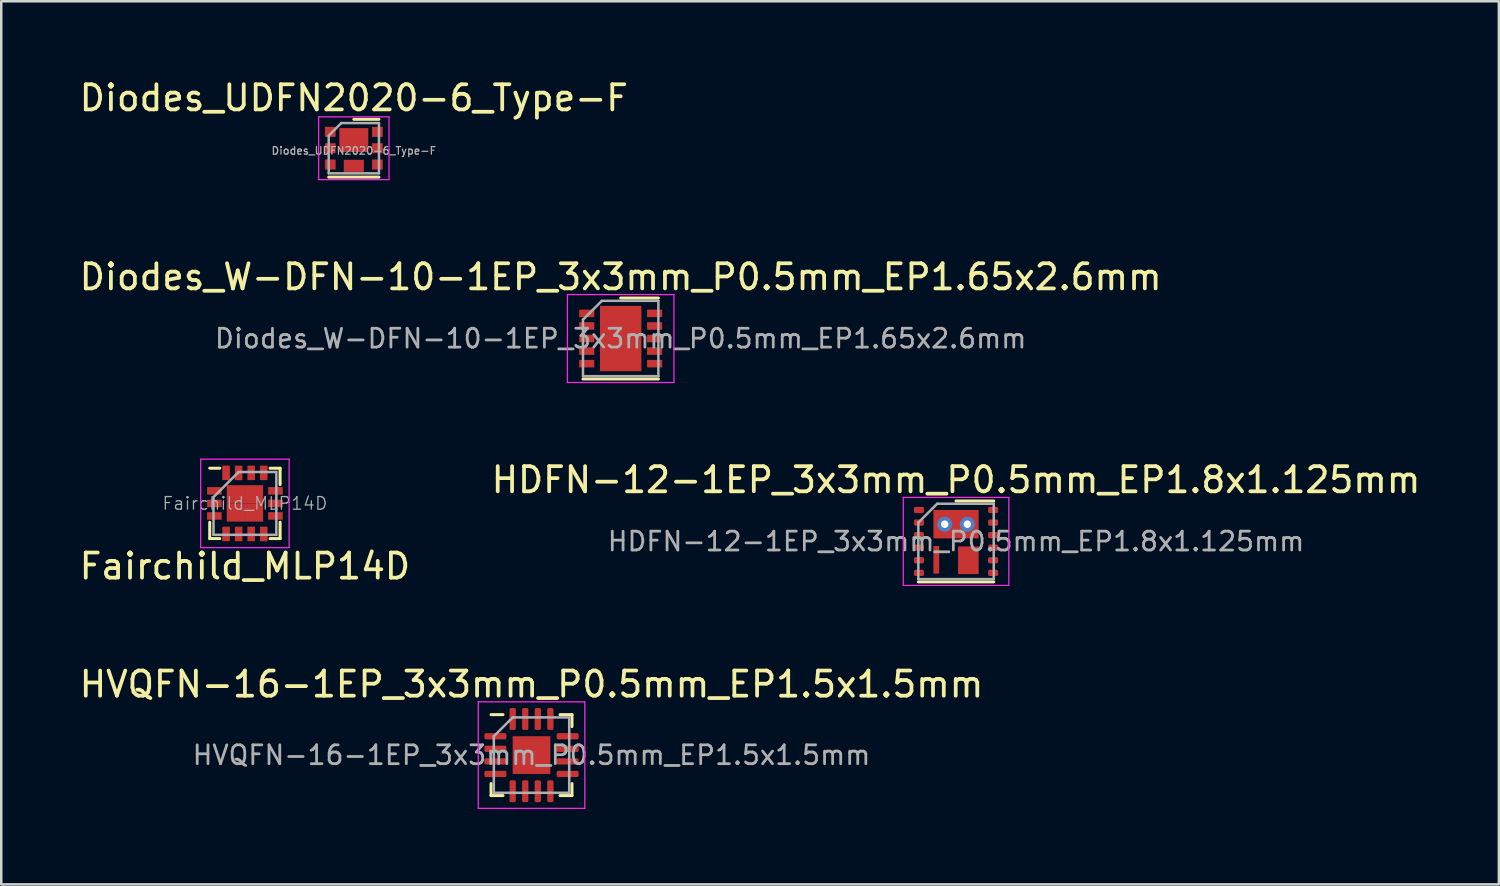
<source format=kicad_pcb>
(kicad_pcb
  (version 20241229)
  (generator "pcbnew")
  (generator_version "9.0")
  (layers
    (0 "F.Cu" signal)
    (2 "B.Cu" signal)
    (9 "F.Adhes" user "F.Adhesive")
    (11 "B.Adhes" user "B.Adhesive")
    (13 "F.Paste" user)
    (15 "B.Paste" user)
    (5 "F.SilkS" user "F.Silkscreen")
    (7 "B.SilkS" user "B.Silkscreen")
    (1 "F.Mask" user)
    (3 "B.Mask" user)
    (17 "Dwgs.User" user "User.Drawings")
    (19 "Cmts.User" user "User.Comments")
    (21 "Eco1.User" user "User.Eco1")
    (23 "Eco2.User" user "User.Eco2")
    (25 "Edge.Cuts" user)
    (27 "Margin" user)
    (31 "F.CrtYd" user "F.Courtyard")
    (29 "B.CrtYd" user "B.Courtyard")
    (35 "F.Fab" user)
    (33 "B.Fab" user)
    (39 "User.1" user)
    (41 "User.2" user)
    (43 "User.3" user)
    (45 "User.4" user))
  (footprint "Diodes_W-DFN-10-1EP_3x3mm_P0.5mm_EP1.65x2.6mm"
    (layer "F.Cu")
    (at 21.649 10.421)
    (property "Reference" "Diodes_W-DFN-10-1EP_3x3mm_P0.5mm_EP1.65x2.6mm" (at 0 -2.45 0) (layer "F.SilkS") (effects (font (size 1 1) (thickness 0.15))))
    (attr smd)
    (fp_line (start -1.5 1.61) (end 1.5 1.61) (stroke (width 0.12) (type solid)) (layer "F.SilkS"))
    (fp_line (start 0 -1.61) (end 1.5 -1.61) (stroke (width 0.12) (type solid)) (layer "F.SilkS"))
    (fp_line (start -2.12 -1.75) (end -2.12 1.75) (stroke (width 0.05) (type solid)) (layer "F.CrtYd"))
    (fp_line (start -2.12 1.75) (end 2.12 1.75) (stroke (width 0.05) (type solid)) (layer "F.CrtYd"))
    (fp_line (start 2.12 -1.75) (end -2.12 -1.75) (stroke (width 0.05) (type solid)) (layer "F.CrtYd"))
    (fp_line (start 2.12 1.75) (end 2.12 -1.75) (stroke (width 0.05) (type solid)) (layer "F.CrtYd"))
    (fp_line (start -1.5 -0.75) (end -0.75 -1.5) (stroke (width 0.1) (type solid)) (layer "F.Fab"))
    (fp_line (start -1.5 1.5) (end -1.5 -0.75) (stroke (width 0.1) (type solid)) (layer "F.Fab"))
    (fp_line (start -0.75 -1.5) (end 1.5 -1.5) (stroke (width 0.1) (type solid)) (layer "F.Fab"))
    (fp_line (start 1.5 -1.5) (end 1.5 1.5) (stroke (width 0.1) (type solid)) (layer "F.Fab"))
    (fp_line (start 1.5 1.5) (end -1.5 1.5) (stroke (width 0.1) (type solid)) (layer "F.Fab"))
    (fp_text user "${REFERENCE}" (at 0 0 0) (layer "F.Fab") (effects (font (size 0.75 0.75) (thickness 0.11))))
    (pad "" smd roundrect (at -0.41 -0.65) (size 0.67 1.05) (layers "F.Paste") (roundrect_rratio 0.25))
    (pad "" smd roundrect (at -0.41 0.65) (size 0.67 1.05) (layers "F.Paste") (roundrect_rratio 0.25))
    (pad "" smd roundrect (at 0.41 -0.65) (size 0.67 1.05) (layers "F.Paste") (roundrect_rratio 0.25))
    (pad "" smd roundrect (at 0.41 0.65) (size 0.67 1.05) (layers "F.Paste") (roundrect_rratio 0.25))
    (pad "1" smd rect (at -1.35 -1) (size 0.6 0.3) (layers "F.Cu" "F.Mask" "F.Paste"))
    (pad "2" smd rect (at -1.35 -0.5) (size 0.6 0.3) (layers "F.Cu" "F.Mask" "F.Paste"))
    (pad "3" smd rect (at -1.35 0) (size 0.6 0.3) (layers "F.Cu" "F.Mask" "F.Paste"))
    (pad "4" smd rect (at -1.35 0.5) (size 0.6 0.3) (layers "F.Cu" "F.Mask" "F.Paste"))
    (pad "5" smd rect (at -1.35 1) (size 0.6 0.3) (layers "F.Cu" "F.Mask" "F.Paste"))
    (pad "6" smd rect (at 1.35 1) (size 0.6 0.3) (layers "F.Cu" "F.Mask" "F.Paste"))
    (pad "7" smd rect (at 1.35 0.5) (size 0.6 0.3) (layers "F.Cu" "F.Mask" "F.Paste"))
    (pad "8" smd rect (at 1.35 0) (size 0.6 0.3) (layers "F.Cu" "F.Mask" "F.Paste"))
    (pad "9" smd rect (at 1.35 -0.5) (size 0.6 0.3) (layers "F.Cu" "F.Mask" "F.Paste"))
    (pad "10" smd rect (at 1.35 -1) (size 0.6 0.3) (layers "F.Cu" "F.Mask" "F.Paste"))
    (pad "11" smd rect (at 0 0) (size 1.65 2.6) (layers "F.Cu" "F.Mask")))
  (footprint "Fairchild_MLP14D"
    (layer "F.Cu")
    (at 6.696 16.982)
    (property "Reference" "Fairchild_MLP14D" (at 0 2.5 0) (layer "F.SilkS") (effects (font (size 1 1) (thickness 0.15))))
    (attr smd)
    (fp_line (start -1.4 1.4) (end -1.4 0.75) (stroke (width 0.12) (type solid)) (layer "F.SilkS"))
    (fp_line (start -1 -1.4) (end -1.4 -1.4) (stroke (width 0.12) (type solid)) (layer "F.SilkS"))
    (fp_line (start -1 1.4) (end -1.4 1.4) (stroke (width 0.12) (type solid)) (layer "F.SilkS"))
    (fp_line (start 1 -1.4) (end 1.4 -1.4) (stroke (width 0.12) (type solid)) (layer "F.SilkS"))
    (fp_line (start 1 1.4) (end 1.4 1.4) (stroke (width 0.12) (type solid)) (layer "F.SilkS"))
    (fp_line (start 1.4 -1.4) (end 1.4 -0.75) (stroke (width 0.12) (type solid)) (layer "F.SilkS"))
    (fp_line (start 1.4 1.4) (end 1.4 0.75) (stroke (width 0.12) (type solid)) (layer "F.SilkS"))
    (fp_line (start -1.76 -1.76) (end 1.76 -1.76) (stroke (width 0.05) (type solid)) (layer "F.CrtYd"))
    (fp_line (start -1.76 1.76) (end -1.76 -1.76) (stroke (width 0.05) (type solid)) (layer "F.CrtYd"))
    (fp_line (start 1.76 -1.76) (end 1.76 1.76) (stroke (width 0.05) (type solid)) (layer "F.CrtYd"))
    (fp_line (start 1.76 1.76) (end -1.76 1.76) (stroke (width 0.05) (type solid)) (layer "F.CrtYd"))
    (fp_line (start -1.25 -0.25) (end -1.25 1.25) (stroke (width 0.1) (type solid)) (layer "F.Fab"))
    (fp_line (start -1.25 1.25) (end 1.25 1.25) (stroke (width 0.1) (type solid)) (layer "F.Fab"))
    (fp_line (start -0.25 -1.25) (end -1.25 -0.25) (stroke (width 0.1) (type solid)) (layer "F.Fab"))
    (fp_line (start 1.25 -1.25) (end -0.25 -1.25) (stroke (width 0.1) (type solid)) (layer "F.Fab"))
    (fp_line (start 1.25 1.25) (end 1.25 -1.25) (stroke (width 0.1) (type solid)) (layer "F.Fab"))
    (fp_text user "${REFERENCE}" (at 0 0 0) (layer "F.Fab") (effects (font (size 0.5 0.5) (thickness 0.05))))
    (pad "1" smd rect (at -1.215 -0.5) (size 0.58 0.3) (layers "F.Cu" "F.Mask" "F.Paste"))
    (pad "2" smd rect (at -1.215 0) (size 0.58 0.3) (layers "F.Cu" "F.Mask" "F.Paste"))
    (pad "3" smd rect (at -1.215 0.5) (size 0.58 0.3) (layers "F.Cu" "F.Mask" "F.Paste"))
    (pad "4" smd rect (at -0.75 1.215) (size 0.3 0.58) (layers "F.Cu" "F.Mask" "F.Paste"))
    (pad "5" smd rect (at -0.25 1.215) (size 0.3 0.58) (layers "F.Cu" "F.Mask" "F.Paste"))
    (pad "6" smd rect (at 0.25 1.215) (size 0.3 0.58) (layers "F.Cu" "F.Mask" "F.Paste"))
    (pad "7" smd rect (at 0.75 1.215) (size 0.3 0.58) (layers "F.Cu" "F.Mask" "F.Paste"))
    (pad "8" smd rect (at 1.215 0.5) (size 0.58 0.3) (layers "F.Cu" "F.Mask" "F.Paste"))
    (pad "9" smd rect (at 1.215 0) (size 0.58 0.3) (layers "F.Cu" "F.Mask" "F.Paste"))
    (pad "10" smd rect (at 1.215 -0.5) (size 0.58 0.3) (layers "F.Cu" "F.Mask" "F.Paste"))
    (pad "11" smd rect (at 0.75 -1.215) (size 0.3 0.58) (layers "F.Cu" "F.Mask" "F.Paste"))
    (pad "12" smd rect (at 0.25 -1.215) (size 0.3 0.58) (layers "F.Cu" "F.Mask" "F.Paste"))
    (pad "13" smd rect (at -0.25 -1.215) (size 0.3 0.58) (layers "F.Cu" "F.Mask" "F.Paste"))
    (pad "14" smd rect (at -0.75 -1.215) (size 0.3 0.58) (layers "F.Cu" "F.Mask" "F.Paste"))
    (pad "15" smd rect (at -0.362 -0.362) (size 0.725 0.725) (layers "F.Cu" "F.Mask" "F.Paste"))
    (pad "15" smd rect (at -0.362 0.362) (size 0.725 0.725) (layers "F.Cu" "F.Mask" "F.Paste"))
    (pad "15" smd rect (at 0.362 -0.362) (size 0.725 0.725) (layers "F.Cu" "F.Mask" "F.Paste"))
    (pad "15" smd rect (at 0.362 0.362) (size 0.725 0.725) (layers "F.Cu" "F.Mask" "F.Paste")))
  (footprint "HVQFN-16-1EP_3x3mm_P0.5mm_EP1.5x1.5mm"
    (layer "F.Cu")
    (at 18.101 26.998)
    (property "Reference" "HVQFN-16-1EP_3x3mm_P0.5mm_EP1.5x1.5mm" (at 0 -2.82 0) (layer "F.SilkS") (effects (font (size 1 1) (thickness 0.15))))
    (attr smd)
    (fp_line (start -1.61 1.61) (end -1.61 1.135) (stroke (width 0.12) (type solid)) (layer "F.SilkS"))
    (fp_line (start -1.135 -1.61) (end -1.61 -1.61) (stroke (width 0.12) (type solid)) (layer "F.SilkS"))
    (fp_line (start -1.135 1.61) (end -1.61 1.61) (stroke (width 0.12) (type solid)) (layer "F.SilkS"))
    (fp_line (start 1.135 -1.61) (end 1.61 -1.61) (stroke (width 0.12) (type solid)) (layer "F.SilkS"))
    (fp_line (start 1.135 1.61) (end 1.61 1.61) (stroke (width 0.12) (type solid)) (layer "F.SilkS"))
    (fp_line (start 1.61 -1.61) (end 1.61 -1.135) (stroke (width 0.12) (type solid)) (layer "F.SilkS"))
    (fp_line (start 1.61 1.61) (end 1.61 1.135) (stroke (width 0.12) (type solid)) (layer "F.SilkS"))
    (fp_line (start -2.12 -2.12) (end -2.12 2.12) (stroke (width 0.05) (type solid)) (layer "F.CrtYd"))
    (fp_line (start -2.12 2.12) (end 2.12 2.12) (stroke (width 0.05) (type solid)) (layer "F.CrtYd"))
    (fp_line (start 2.12 -2.12) (end -2.12 -2.12) (stroke (width 0.05) (type solid)) (layer "F.CrtYd"))
    (fp_line (start 2.12 2.12) (end 2.12 -2.12) (stroke (width 0.05) (type solid)) (layer "F.CrtYd"))
    (fp_line (start -1.5 -0.75) (end -0.75 -1.5) (stroke (width 0.1) (type solid)) (layer "F.Fab"))
    (fp_line (start -1.5 1.5) (end -1.5 -0.75) (stroke (width 0.1) (type solid)) (layer "F.Fab"))
    (fp_line (start -0.75 -1.5) (end 1.5 -1.5) (stroke (width 0.1) (type solid)) (layer "F.Fab"))
    (fp_line (start 1.5 -1.5) (end 1.5 1.5) (stroke (width 0.1) (type solid)) (layer "F.Fab"))
    (fp_line (start 1.5 1.5) (end -1.5 1.5) (stroke (width 0.1) (type solid)) (layer "F.Fab"))
    (fp_text user "${REFERENCE}" (at 0 0 0) (layer "F.Fab") (effects (font (size 0.75 0.75) (thickness 0.11))))
    (pad "" smd roundrect (at -0.375 -0.375) (size 0.6 0.6) (layers "F.Paste") (roundrect_rratio 0.25))
    (pad "" smd roundrect (at -0.375 0.375) (size 0.6 0.6) (layers "F.Paste") (roundrect_rratio 0.25))
    (pad "" smd roundrect (at 0.375 -0.375) (size 0.6 0.6) (layers "F.Paste") (roundrect_rratio 0.25))
    (pad "" smd roundrect (at 0.375 0.375) (size 0.6 0.6) (layers "F.Paste") (roundrect_rratio 0.25))
    (pad "1" smd roundrect (at -1.438 -0.75) (size 0.875 0.25) (layers "F.Cu" "F.Mask" "F.Paste") (roundrect_rratio 0.25))
    (pad "2" smd roundrect (at -1.438 -0.25) (size 0.875 0.25) (layers "F.Cu" "F.Mask" "F.Paste") (roundrect_rratio 0.25))
    (pad "3" smd roundrect (at -1.438 0.25) (size 0.875 0.25) (layers "F.Cu" "F.Mask" "F.Paste") (roundrect_rratio 0.25))
    (pad "4" smd roundrect (at -1.438 0.75) (size 0.875 0.25) (layers "F.Cu" "F.Mask" "F.Paste") (roundrect_rratio 0.25))
    (pad "5" smd roundrect (at -0.75 1.438) (size 0.25 0.875) (layers "F.Cu" "F.Mask" "F.Paste") (roundrect_rratio 0.25))
    (pad "6" smd roundrect (at -0.25 1.438) (size 0.25 0.875) (layers "F.Cu" "F.Mask" "F.Paste") (roundrect_rratio 0.25))
    (pad "7" smd roundrect (at 0.25 1.438) (size 0.25 0.875) (layers "F.Cu" "F.Mask" "F.Paste") (roundrect_rratio 0.25))
    (pad "8" smd roundrect (at 0.75 1.438) (size 0.25 0.875) (layers "F.Cu" "F.Mask" "F.Paste") (roundrect_rratio 0.25))
    (pad "9" smd roundrect (at 1.438 0.75) (size 0.875 0.25) (layers "F.Cu" "F.Mask" "F.Paste") (roundrect_rratio 0.25))
    (pad "10" smd roundrect (at 1.438 0.25) (size 0.875 0.25) (layers "F.Cu" "F.Mask" "F.Paste") (roundrect_rratio 0.25))
    (pad "11" smd roundrect (at 1.438 -0.25) (size 0.875 0.25) (layers "F.Cu" "F.Mask" "F.Paste") (roundrect_rratio 0.25))
    (pad "12" smd roundrect (at 1.438 -0.75) (size 0.875 0.25) (layers "F.Cu" "F.Mask" "F.Paste") (roundrect_rratio 0.25))
    (pad "13" smd roundrect (at 0.75 -1.438) (size 0.25 0.875) (layers "F.Cu" "F.Mask" "F.Paste") (roundrect_rratio 0.25))
    (pad "14" smd roundrect (at 0.25 -1.438) (size 0.25 0.875) (layers "F.Cu" "F.Mask" "F.Paste") (roundrect_rratio 0.25))
    (pad "15" smd roundrect (at -0.25 -1.438) (size 0.25 0.875) (layers "F.Cu" "F.Mask" "F.Paste") (roundrect_rratio 0.25))
    (pad "16" smd roundrect (at -0.75 -1.438) (size 0.25 0.875) (layers "F.Cu" "F.Mask" "F.Paste") (roundrect_rratio 0.25))
    (pad "17" smd rect (at 0 0) (size 1.5 1.5) (layers "F.Cu" "F.Mask")))
  (footprint "HDFN-12-1EP_3x3mm_P0.5mm_EP1.8x1.125mm"
    (layer "F.Cu")
    (at 34.994 18.495)
    (property "Reference" "HDFN-12-1EP_3x3mm_P0.5mm_EP1.8x1.125mm" (at 0 -2.45 0) (layer "F.SilkS") (effects (font (size 1 1) (thickness 0.15))))
    (attr smd)
    (fp_line (start -1.5 1.61) (end 1.5 1.61) (stroke (width 0.12) (type solid)) (layer "F.SilkS"))
    (fp_line (start 0 -1.61) (end 1.5 -1.61) (stroke (width 0.12) (type solid)) (layer "F.SilkS"))
    (fp_line (start -2.1 -1.75) (end -2.1 1.75) (stroke (width 0.05) (type solid)) (layer "F.CrtYd"))
    (fp_line (start -2.1 1.75) (end 2.1 1.75) (stroke (width 0.05) (type solid)) (layer "F.CrtYd"))
    (fp_line (start 2.1 -1.75) (end -2.1 -1.75) (stroke (width 0.05) (type solid)) (layer "F.CrtYd"))
    (fp_line (start 2.1 1.75) (end 2.1 -1.75) (stroke (width 0.05) (type solid)) (layer "F.CrtYd"))
    (fp_line (start -1.5 -0.75) (end -0.75 -1.5) (stroke (width 0.1) (type solid)) (layer "F.Fab"))
    (fp_line (start -1.5 1.5) (end -1.5 -0.75) (stroke (width 0.1) (type solid)) (layer "F.Fab"))
    (fp_line (start -0.75 -1.5) (end 1.5 -1.5) (stroke (width 0.1) (type solid)) (layer "F.Fab"))
    (fp_line (start 1.5 -1.5) (end 1.5 1.5) (stroke (width 0.1) (type solid)) (layer "F.Fab"))
    (fp_line (start 1.5 1.5) (end -1.5 1.5) (stroke (width 0.1) (type solid)) (layer "F.Fab"))
    (fp_text user "${REFERENCE}" (at 0 0 0) (layer "F.Fab") (effects (font (size 0.75 0.75) (thickness 0.11))))
    (pad "" smd rect (at -0.785 0.73) (size 0.23 1.1) (layers "F.Cu" "F.Mask" "F.Paste"))
    (pad "" smd rect (at -0.675 -0.685) (size 0.15 0.3) (layers "F.Paste"))
    (pad "" smd rect (at 0 -0.985) (size 1.5 0.3) (layers "F.Paste"))
    (pad "" smd rect (at 0 -0.685) (size 0.6 0.3) (layers "F.Paste"))
    (pad "" smd rect (at 0 -0.385) (size 1.5 0.3) (layers "F.Paste"))
    (pad "" smd rect (at 0.49 0.75) (size 0.82 1.1) (layers "F.Cu" "F.Mask" "F.Paste"))
    (pad "" smd rect (at 0.675 -0.685) (size 0.15 0.3) (layers "F.Paste"))
    (pad "1" smd roundrect (at -1.475 -1.25) (size 0.4 0.25) (layers "F.Cu" "F.Mask" "F.Paste") (roundrect_rratio 0.25))
    (pad "2" smd roundrect (at -1.475 -0.75) (size 0.4 0.25) (layers "F.Cu" "F.Mask" "F.Paste") (roundrect_rratio 0.25))
    (pad "3" smd roundrect (at -1.475 -0.25) (size 0.4 0.25) (layers "F.Cu" "F.Mask" "F.Paste") (roundrect_rratio 0.25))
    (pad "4" smd roundrect (at -1.475 0.25) (size 0.4 0.25) (layers "F.Cu" "F.Mask" "F.Paste") (roundrect_rratio 0.25))
    (pad "5" smd roundrect (at -1.475 0.75) (size 0.4 0.25) (layers "F.Cu" "F.Mask" "F.Paste") (roundrect_rratio 0.25))
    (pad "6" smd roundrect (at -1.475 1.25) (size 0.4 0.25) (layers "F.Cu" "F.Mask" "F.Paste") (roundrect_rratio 0.25))
    (pad "7" smd roundrect (at 1.475 1.25) (size 0.4 0.25) (layers "F.Cu" "F.Mask" "F.Paste") (roundrect_rratio 0.25))
    (pad "8" smd roundrect (at 1.475 0.75) (size 0.4 0.25) (layers "F.Cu" "F.Mask" "F.Paste") (roundrect_rratio 0.25))
    (pad "9" smd roundrect (at 1.475 0.25) (size 0.4 0.25) (layers "F.Cu" "F.Mask" "F.Paste") (roundrect_rratio 0.25))
    (pad "10" smd roundrect (at 1.475 -0.25) (size 0.4 0.25) (layers "F.Cu" "F.Mask" "F.Paste") (roundrect_rratio 0.25))
    (pad "11" smd roundrect (at 1.475 -0.75) (size 0.4 0.25) (layers "F.Cu" "F.Mask" "F.Paste") (roundrect_rratio 0.25))
    (pad "12" smd roundrect (at 1.475 -1.25) (size 0.4 0.25) (layers "F.Cu" "F.Mask" "F.Paste") (roundrect_rratio 0.25))
    (pad "13" thru_hole circle (at -0.45 -0.685) (size 0.6 0.6) (drill 0.3) (layers "*.Cu" "*.Mask"))
    (pad "13" smd rect (at 0 -0.685) (size 1.8 1.13) (layers "F.Cu" "F.Mask"))
    (pad "13" thru_hole circle (at 0.45 -0.685) (size 0.6 0.6) (drill 0.3) (layers "*.Cu" "*.Mask")))
  (footprint "Diodes_UDFN2020-6_Type-F"
    (layer "F.Cu")
    (at 11.03 2.848)
    (property "Reference" "Diodes_UDFN2020-6_Type-F" (at 0 -2 0) (layer "F.SilkS") (effects (font (size 1 1) (thickness 0.15))))
    (attr smd)
    (fp_line (start 1 -1.15) (end 0 -1.15) (stroke (width 0.12) (type solid)) (layer "F.SilkS"))
    (fp_line (start 1 1.15) (end -1 1.15) (stroke (width 0.12) (type solid)) (layer "F.SilkS"))
    (fp_line (start -1.4 -1.25) (end -1.4 1.25) (stroke (width 0.05) (type solid)) (layer "F.CrtYd"))
    (fp_line (start -1.4 1.25) (end 1.4 1.25) (stroke (width 0.05) (type solid)) (layer "F.CrtYd"))
    (fp_line (start 1.4 -1.25) (end -1.4 -1.25) (stroke (width 0.05) (type solid)) (layer "F.CrtYd"))
    (fp_line (start 1.4 1.25) (end 1.4 -1.25) (stroke (width 0.05) (type solid)) (layer "F.CrtYd"))
    (fp_line (start -1 1) (end -1 -0.5) (stroke (width 0.1) (type solid)) (layer "F.Fab"))
    (fp_line (start -0.5 -1) (end -1 -0.5) (stroke (width 0.1) (type solid)) (layer "F.Fab"))
    (fp_line (start -0.5 -1) (end 1 -1) (stroke (width 0.1) (type solid)) (layer "F.Fab"))
    (fp_line (start 1 -1) (end 1 1) (stroke (width 0.1) (type solid)) (layer "F.Fab"))
    (fp_line (start 1 1) (end -1 1) (stroke (width 0.1) (type solid)) (layer "F.Fab"))
    (fp_text user "${REFERENCE}" (at 0 0.1 0) (layer "F.Fab") (effects (font (size 0.3 0.3) (thickness 0.05))))
    (pad "1" smd rect (at -0.938 -0.65) (size 0.425 0.4) (layers "F.Cu" "F.Mask" "F.Paste"))
    (pad "2" smd rect (at -0.938 0) (size 0.425 0.4) (layers "F.Cu" "F.Mask" "F.Paste"))
    (pad "3" smd rect (at -0.938 0.65) (size 0.425 0.4) (layers "F.Cu" "F.Mask" "F.Paste"))
    (pad "4" smd rect (at 0.938 0.65) (size 0.425 0.4) (layers "F.Cu" "F.Mask" "F.Paste"))
    (pad "5" smd rect (at 0.938 0) (size 0.425 0.4) (layers "F.Cu" "F.Mask" "F.Paste"))
    (pad "6" smd rect (at 0.938 -0.65) (size 0.425 0.4) (layers "F.Cu" "F.Mask" "F.Paste"))
    (pad "7" smd rect (at 0 -0.325) (size 1.15 0.95) (layers "F.Cu" "F.Mask" "F.Paste"))
    (pad "8" smd rect (at 0 0.7) (size 0.8 0.48) (layers "F.Cu" "F.Mask" "F.Paste")))
  (gr_rect
    (start -3 -3)
    (end 56.595 32.143)
    (stroke (width 0.1) (type default))
    (fill no)
    (layer "Edge.Cuts")))
</source>
